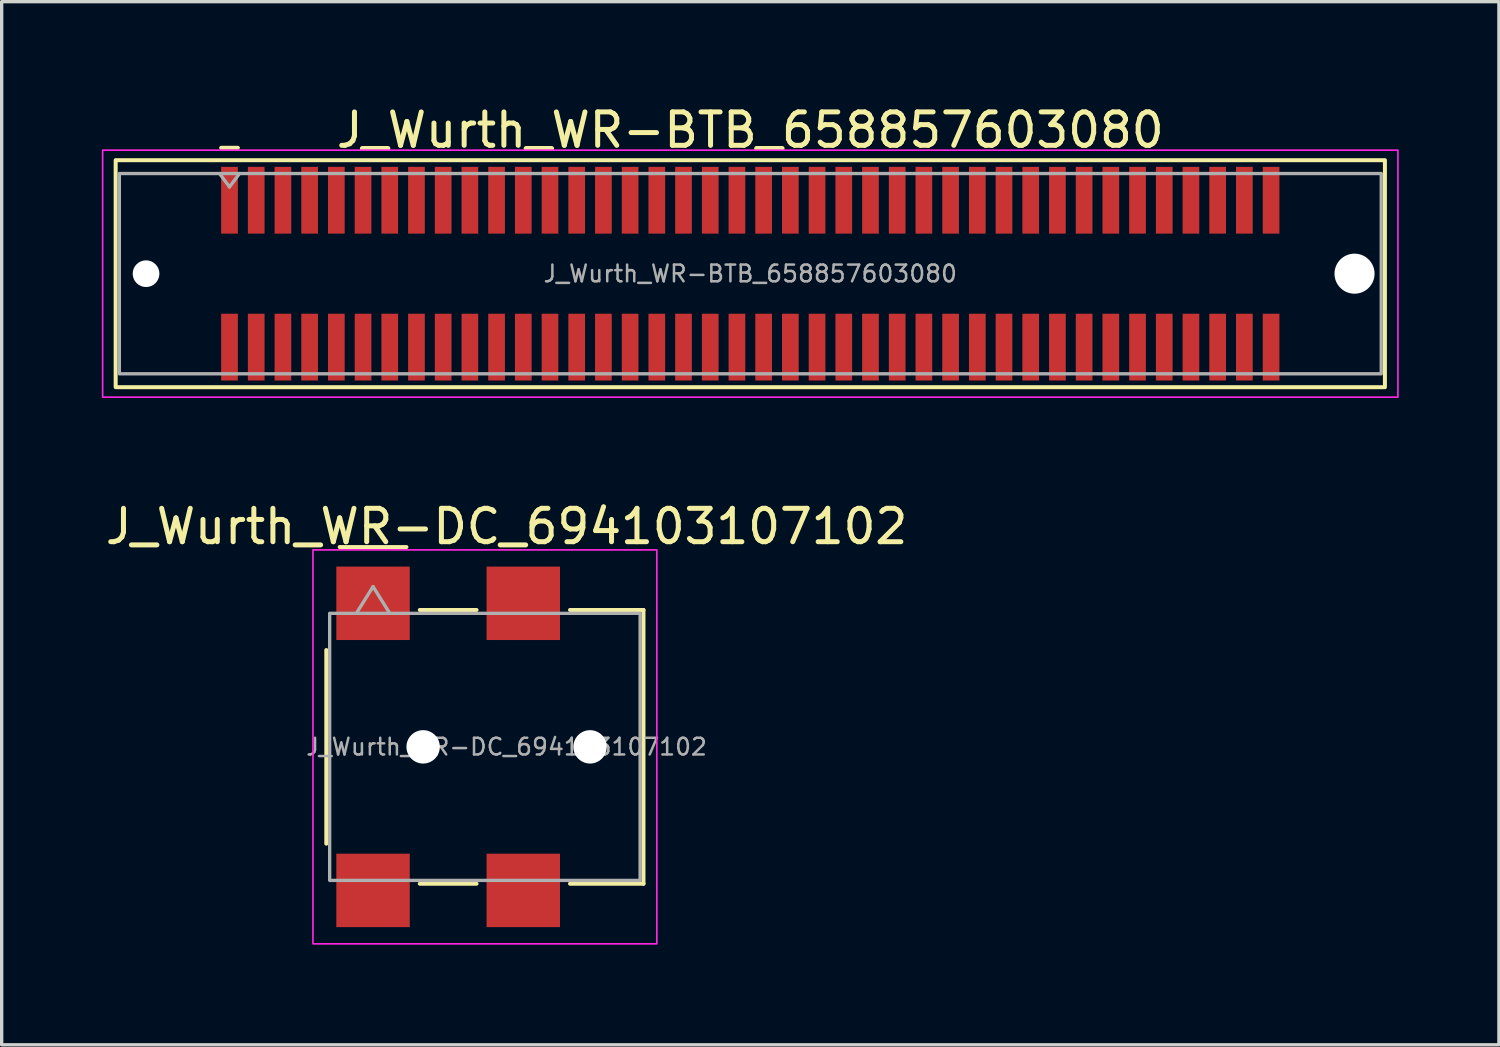
<source format=kicad_pcb>
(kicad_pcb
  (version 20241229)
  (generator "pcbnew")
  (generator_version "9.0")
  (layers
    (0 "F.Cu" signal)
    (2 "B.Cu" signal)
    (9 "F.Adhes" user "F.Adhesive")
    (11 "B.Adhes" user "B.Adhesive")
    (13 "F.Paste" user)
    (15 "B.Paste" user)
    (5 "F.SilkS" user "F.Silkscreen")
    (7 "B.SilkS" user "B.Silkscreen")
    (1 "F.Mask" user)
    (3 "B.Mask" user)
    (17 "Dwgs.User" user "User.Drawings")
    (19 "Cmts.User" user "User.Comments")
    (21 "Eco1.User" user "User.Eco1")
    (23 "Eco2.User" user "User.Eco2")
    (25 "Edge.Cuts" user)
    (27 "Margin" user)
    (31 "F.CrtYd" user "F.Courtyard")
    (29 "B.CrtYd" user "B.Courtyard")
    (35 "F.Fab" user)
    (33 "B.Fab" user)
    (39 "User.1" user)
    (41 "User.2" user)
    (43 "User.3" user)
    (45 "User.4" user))
  (footprint "J_Wurth_WR-BTB_658857603080"
    (layer "F.Cu")
    (at 19.425 5.148)
    (property "Reference" "J_Wurth_WR-BTB_658857603080" (at 0 -4.3 0) (layer "F.SilkS") (effects (font (size 1 1) (thickness 0.15))))
    (attr through_hole)
    (fp_line (start -15.35 -3.77) (end -15.85 -3.77) (stroke (width 0.12) (type solid)) (layer "F.SilkS"))
    (fp_rect (start -19.01 -3.4) (end 19.01 3.4) (stroke (width 0.12) (type solid)) (fill no) (layer "F.SilkS"))
    (fp_rect (start -19.4 -3.7) (end 19.4 3.7) (stroke (width 0.05) (type solid)) (fill no) (layer "F.CrtYd"))
    (fp_line (start -15.9 -3) (end -15.6 -2.6) (stroke (width 0.1) (type default)) (layer "F.Fab"))
    (fp_line (start -15.6 -2.6) (end -15.3 -3) (stroke (width 0.1) (type default)) (layer "F.Fab"))
    (fp_rect (start -18.9 -3) (end 18.9 3) (stroke (width 0.1) (type solid)) (fill no) (layer "F.Fab"))
    (fp_text user "${REFERENCE}" (at 0 0 0) (unlocked yes) (layer "F.Fab") (effects (font (size 0.5 0.5) (thickness 0.075))))
    (pad "" np_thru_hole circle (at -18.1 0) (size 0.8 0.8) (drill 0.8) (layers "*.Cu" "*.Mask"))
    (pad "" np_thru_hole circle (at 18.1 0) (size 1.2 1.2) (drill 1.2) (layers "*.Cu" "*.Mask"))
    (pad "1" smd rect (at -15.6 -2.2) (size 0.5 2) (layers "F.Cu" "F.Mask" "F.Paste"))
    (pad "2" smd rect (at -15.6 2.2) (size 0.5 2) (layers "F.Cu" "F.Mask" "F.Paste"))
    (pad "3" smd rect (at -14.8 -2.2) (size 0.5 2) (layers "F.Cu" "F.Mask" "F.Paste"))
    (pad "4" smd rect (at -14.8 2.2) (size 0.5 2) (layers "F.Cu" "F.Mask" "F.Paste"))
    (pad "5" smd rect (at -14 -2.2) (size 0.5 2) (layers "F.Cu" "F.Mask" "F.Paste"))
    (pad "6" smd rect (at -14 2.2) (size 0.5 2) (layers "F.Cu" "F.Mask" "F.Paste"))
    (pad "7" smd rect (at -13.2 -2.2) (size 0.5 2) (layers "F.Cu" "F.Mask" "F.Paste"))
    (pad "8" smd rect (at -13.2 2.2) (size 0.5 2) (layers "F.Cu" "F.Mask" "F.Paste"))
    (pad "9" smd rect (at -12.4 -2.2) (size 0.5 2) (layers "F.Cu" "F.Mask" "F.Paste"))
    (pad "10" smd rect (at -12.4 2.2) (size 0.5 2) (layers "F.Cu" "F.Mask" "F.Paste"))
    (pad "11" smd rect (at -11.6 -2.2) (size 0.5 2) (layers "F.Cu" "F.Mask" "F.Paste"))
    (pad "12" smd rect (at -11.6 2.2) (size 0.5 2) (layers "F.Cu" "F.Mask" "F.Paste"))
    (pad "13" smd rect (at -10.8 -2.2) (size 0.5 2) (layers "F.Cu" "F.Mask" "F.Paste"))
    (pad "14" smd rect (at -10.8 2.2) (size 0.5 2) (layers "F.Cu" "F.Mask" "F.Paste"))
    (pad "15" smd rect (at -10 -2.2) (size 0.5 2) (layers "F.Cu" "F.Mask" "F.Paste"))
    (pad "16" smd rect (at -10 2.2) (size 0.5 2) (layers "F.Cu" "F.Mask" "F.Paste"))
    (pad "17" smd rect (at -9.2 -2.2) (size 0.5 2) (layers "F.Cu" "F.Mask" "F.Paste"))
    (pad "18" smd rect (at -9.2 2.2) (size 0.5 2) (layers "F.Cu" "F.Mask" "F.Paste"))
    (pad "19" smd rect (at -8.4 -2.2) (size 0.5 2) (layers "F.Cu" "F.Mask" "F.Paste"))
    (pad "20" smd rect (at -8.4 2.2) (size 0.5 2) (layers "F.Cu" "F.Mask" "F.Paste"))
    (pad "21" smd rect (at -7.6 -2.2) (size 0.5 2) (layers "F.Cu" "F.Mask" "F.Paste"))
    (pad "22" smd rect (at -7.6 2.2) (size 0.5 2) (layers "F.Cu" "F.Mask" "F.Paste"))
    (pad "23" smd rect (at -6.8 -2.2) (size 0.5 2) (layers "F.Cu" "F.Mask" "F.Paste"))
    (pad "24" smd rect (at -6.8 2.2) (size 0.5 2) (layers "F.Cu" "F.Mask" "F.Paste"))
    (pad "25" smd rect (at -6 -2.2) (size 0.5 2) (layers "F.Cu" "F.Mask" "F.Paste"))
    (pad "26" smd rect (at -6 2.2) (size 0.5 2) (layers "F.Cu" "F.Mask" "F.Paste"))
    (pad "27" smd rect (at -5.2 -2.2) (size 0.5 2) (layers "F.Cu" "F.Mask" "F.Paste"))
    (pad "28" smd rect (at -5.2 2.2) (size 0.5 2) (layers "F.Cu" "F.Mask" "F.Paste"))
    (pad "29" smd rect (at -4.4 -2.2) (size 0.5 2) (layers "F.Cu" "F.Mask" "F.Paste"))
    (pad "30" smd rect (at -4.4 2.2) (size 0.5 2) (layers "F.Cu" "F.Mask" "F.Paste"))
    (pad "31" smd rect (at -3.6 -2.2) (size 0.5 2) (layers "F.Cu" "F.Mask" "F.Paste"))
    (pad "32" smd rect (at -3.6 2.2) (size 0.5 2) (layers "F.Cu" "F.Mask" "F.Paste"))
    (pad "33" smd rect (at -2.8 -2.2) (size 0.5 2) (layers "F.Cu" "F.Mask" "F.Paste"))
    (pad "34" smd rect (at -2.8 2.2) (size 0.5 2) (layers "F.Cu" "F.Mask" "F.Paste"))
    (pad "35" smd rect (at -2 -2.2) (size 0.5 2) (layers "F.Cu" "F.Mask" "F.Paste"))
    (pad "36" smd rect (at -2 2.2) (size 0.5 2) (layers "F.Cu" "F.Mask" "F.Paste"))
    (pad "37" smd rect (at -1.2 -2.2) (size 0.5 2) (layers "F.Cu" "F.Mask" "F.Paste"))
    (pad "38" smd rect (at -1.2 2.2) (size 0.5 2) (layers "F.Cu" "F.Mask" "F.Paste"))
    (pad "39" smd rect (at -0.4 -2.2) (size 0.5 2) (layers "F.Cu" "F.Mask" "F.Paste"))
    (pad "40" smd rect (at -0.4 2.2) (size 0.5 2) (layers "F.Cu" "F.Mask" "F.Paste"))
    (pad "41" smd rect (at 0.4 -2.2) (size 0.5 2) (layers "F.Cu" "F.Mask" "F.Paste"))
    (pad "42" smd rect (at 0.4 2.2) (size 0.5 2) (layers "F.Cu" "F.Mask" "F.Paste"))
    (pad "43" smd rect (at 1.2 -2.2) (size 0.5 2) (layers "F.Cu" "F.Mask" "F.Paste"))
    (pad "44" smd rect (at 1.2 2.2) (size 0.5 2) (layers "F.Cu" "F.Mask" "F.Paste"))
    (pad "45" smd rect (at 2 -2.2) (size 0.5 2) (layers "F.Cu" "F.Mask" "F.Paste"))
    (pad "46" smd rect (at 2 2.2) (size 0.5 2) (layers "F.Cu" "F.Mask" "F.Paste"))
    (pad "47" smd rect (at 2.8 -2.2) (size 0.5 2) (layers "F.Cu" "F.Mask" "F.Paste"))
    (pad "48" smd rect (at 2.8 2.2) (size 0.5 2) (layers "F.Cu" "F.Mask" "F.Paste"))
    (pad "49" smd rect (at 3.6 -2.2) (size 0.5 2) (layers "F.Cu" "F.Mask" "F.Paste"))
    (pad "50" smd rect (at 3.6 2.2) (size 0.5 2) (layers "F.Cu" "F.Mask" "F.Paste"))
    (pad "51" smd rect (at 4.4 -2.2) (size 0.5 2) (layers "F.Cu" "F.Mask" "F.Paste"))
    (pad "52" smd rect (at 4.4 2.2) (size 0.5 2) (layers "F.Cu" "F.Mask" "F.Paste"))
    (pad "53" smd rect (at 5.2 -2.2) (size 0.5 2) (layers "F.Cu" "F.Mask" "F.Paste"))
    (pad "54" smd rect (at 5.2 2.2) (size 0.5 2) (layers "F.Cu" "F.Mask" "F.Paste"))
    (pad "55" smd rect (at 6 -2.2) (size 0.5 2) (layers "F.Cu" "F.Mask" "F.Paste"))
    (pad "56" smd rect (at 6 2.2) (size 0.5 2) (layers "F.Cu" "F.Mask" "F.Paste"))
    (pad "57" smd rect (at 6.8 -2.2) (size 0.5 2) (layers "F.Cu" "F.Mask" "F.Paste"))
    (pad "58" smd rect (at 6.8 2.2) (size 0.5 2) (layers "F.Cu" "F.Mask" "F.Paste"))
    (pad "59" smd rect (at 7.6 -2.2) (size 0.5 2) (layers "F.Cu" "F.Mask" "F.Paste"))
    (pad "60" smd rect (at 7.6 2.2) (size 0.5 2) (layers "F.Cu" "F.Mask" "F.Paste"))
    (pad "61" smd rect (at 8.4 -2.2) (size 0.5 2) (layers "F.Cu" "F.Mask" "F.Paste"))
    (pad "62" smd rect (at 8.4 2.2) (size 0.5 2) (layers "F.Cu" "F.Mask" "F.Paste"))
    (pad "63" smd rect (at 9.2 -2.2) (size 0.5 2) (layers "F.Cu" "F.Mask" "F.Paste"))
    (pad "64" smd rect (at 9.2 2.2) (size 0.5 2) (layers "F.Cu" "F.Mask" "F.Paste"))
    (pad "65" smd rect (at 10 -2.2) (size 0.5 2) (layers "F.Cu" "F.Mask" "F.Paste"))
    (pad "66" smd rect (at 10 2.2) (size 0.5 2) (layers "F.Cu" "F.Mask" "F.Paste"))
    (pad "67" smd rect (at 10.8 -2.2) (size 0.5 2) (layers "F.Cu" "F.Mask" "F.Paste"))
    (pad "68" smd rect (at 10.8 2.2) (size 0.5 2) (layers "F.Cu" "F.Mask" "F.Paste"))
    (pad "69" smd rect (at 11.6 -2.2) (size 0.5 2) (layers "F.Cu" "F.Mask" "F.Paste"))
    (pad "70" smd rect (at 11.6 2.2) (size 0.5 2) (layers "F.Cu" "F.Mask" "F.Paste"))
    (pad "71" smd rect (at 12.4 -2.2) (size 0.5 2) (layers "F.Cu" "F.Mask" "F.Paste"))
    (pad "72" smd rect (at 12.4 2.2) (size 0.5 2) (layers "F.Cu" "F.Mask" "F.Paste"))
    (pad "73" smd rect (at 13.2 -2.2) (size 0.5 2) (layers "F.Cu" "F.Mask" "F.Paste"))
    (pad "74" smd rect (at 13.2 2.2) (size 0.5 2) (layers "F.Cu" "F.Mask" "F.Paste"))
    (pad "75" smd rect (at 14 -2.2) (size 0.5 2) (layers "F.Cu" "F.Mask" "F.Paste"))
    (pad "76" smd rect (at 14 2.2) (size 0.5 2) (layers "F.Cu" "F.Mask" "F.Paste"))
    (pad "77" smd rect (at 14.8 -2.2) (size 0.5 2) (layers "F.Cu" "F.Mask" "F.Paste"))
    (pad "78" smd rect (at 14.8 2.2) (size 0.5 2) (layers "F.Cu" "F.Mask" "F.Paste"))
    (pad "79" smd rect (at 15.6 -2.2) (size 0.5 2) (layers "F.Cu" "F.Mask" "F.Paste"))
    (pad "80" smd rect (at 15.6 2.2) (size 0.5 2) (layers "F.Cu" "F.Mask" "F.Paste")))
  (footprint "J_Wurth_WR-DC_694103107102"
    (layer "F.Cu")
    (at 12.125 19.322)
    (property "Reference" "J_Wurth_WR-DC_694103107102" (at 0 -6.6 0) (unlocked yes) (layer "F.SilkS") (effects (font (size 1 1) (thickness 0.15))))
    (attr smd)
    (fp_line (start -5.4 2.9) (end -5.4 -2.9) (stroke (width 0.12) (type solid)) (layer "F.SilkS"))
    (fp_line (start -5 -5.985) (end -3 -5.985) (stroke (width 0.12) (type default)) (layer "F.SilkS"))
    (fp_line (start -2.6 -4.1) (end -0.9 -4.1) (stroke (width 0.12) (type solid)) (layer "F.SilkS"))
    (fp_line (start -2.6 4.1) (end -0.9 4.1) (stroke (width 0.12) (type solid)) (layer "F.SilkS"))
    (fp_line (start 1.9 4.1) (end 4.1 4.1) (stroke (width 0.12) (type solid)) (layer "F.SilkS"))
    (fp_line (start 4.1 -4.1) (end 1.9 -4.1) (stroke (width 0.12) (type solid)) (layer "F.SilkS"))
    (fp_line (start 4.1 4.1) (end 4.1 -4.1) (stroke (width 0.12) (type solid)) (layer "F.SilkS"))
    (fp_rect (start -5.8 -5.9) (end 4.5 5.9) (stroke (width 0.05) (type default)) (fill no) (layer "F.CrtYd"))
    (fp_line (start -4.5 -4) (end -4 -4.8) (stroke (width 0.1) (type default)) (layer "F.Fab"))
    (fp_line (start -3.5 -4) (end -4 -4.8) (stroke (width 0.1) (type default)) (layer "F.Fab"))
    (fp_rect (start -5.3 4) (end 4 -4) (stroke (width 0.1) (type default)) (fill no) (layer "F.Fab"))
    (fp_text user "${REFERENCE}" (at 0 0 0) (unlocked yes) (layer "F.Fab") (effects (font (size 0.5 0.5) (thickness 0.075))))
    (pad "" np_thru_hole circle (at -2.5 0 90) (size 1 1) (drill 1) (layers "*.Cu" "*.Mask"))
    (pad "" np_thru_hole circle (at 2.5 0 90) (size 1 1) (drill 1) (layers "*.Cu" "*.Mask"))
    (pad "1" smd rect (at -4 -4.3 90) (size 2.2 2.2) (layers "F.Cu" "F.Mask" "F.Paste"))
    (pad "1" smd rect (at 0.5 -4.3 90) (size 2.2 2.2) (layers "F.Cu" "F.Mask" "F.Paste"))
    (pad "2" smd rect (at 0.5 4.3 90) (size 2.2 2.2) (layers "F.Cu" "F.Mask" "F.Paste"))
    (pad "3" smd rect (at -4 4.3 90) (size 2.2 2.2) (layers "F.Cu" "F.Mask" "F.Paste")))
  (gr_rect
    (start -3 -3)
    (end 41.85 28.247)
    (stroke (width 0.1) (type default))
    (fill no)
    (layer "Edge.Cuts")))
</source>
